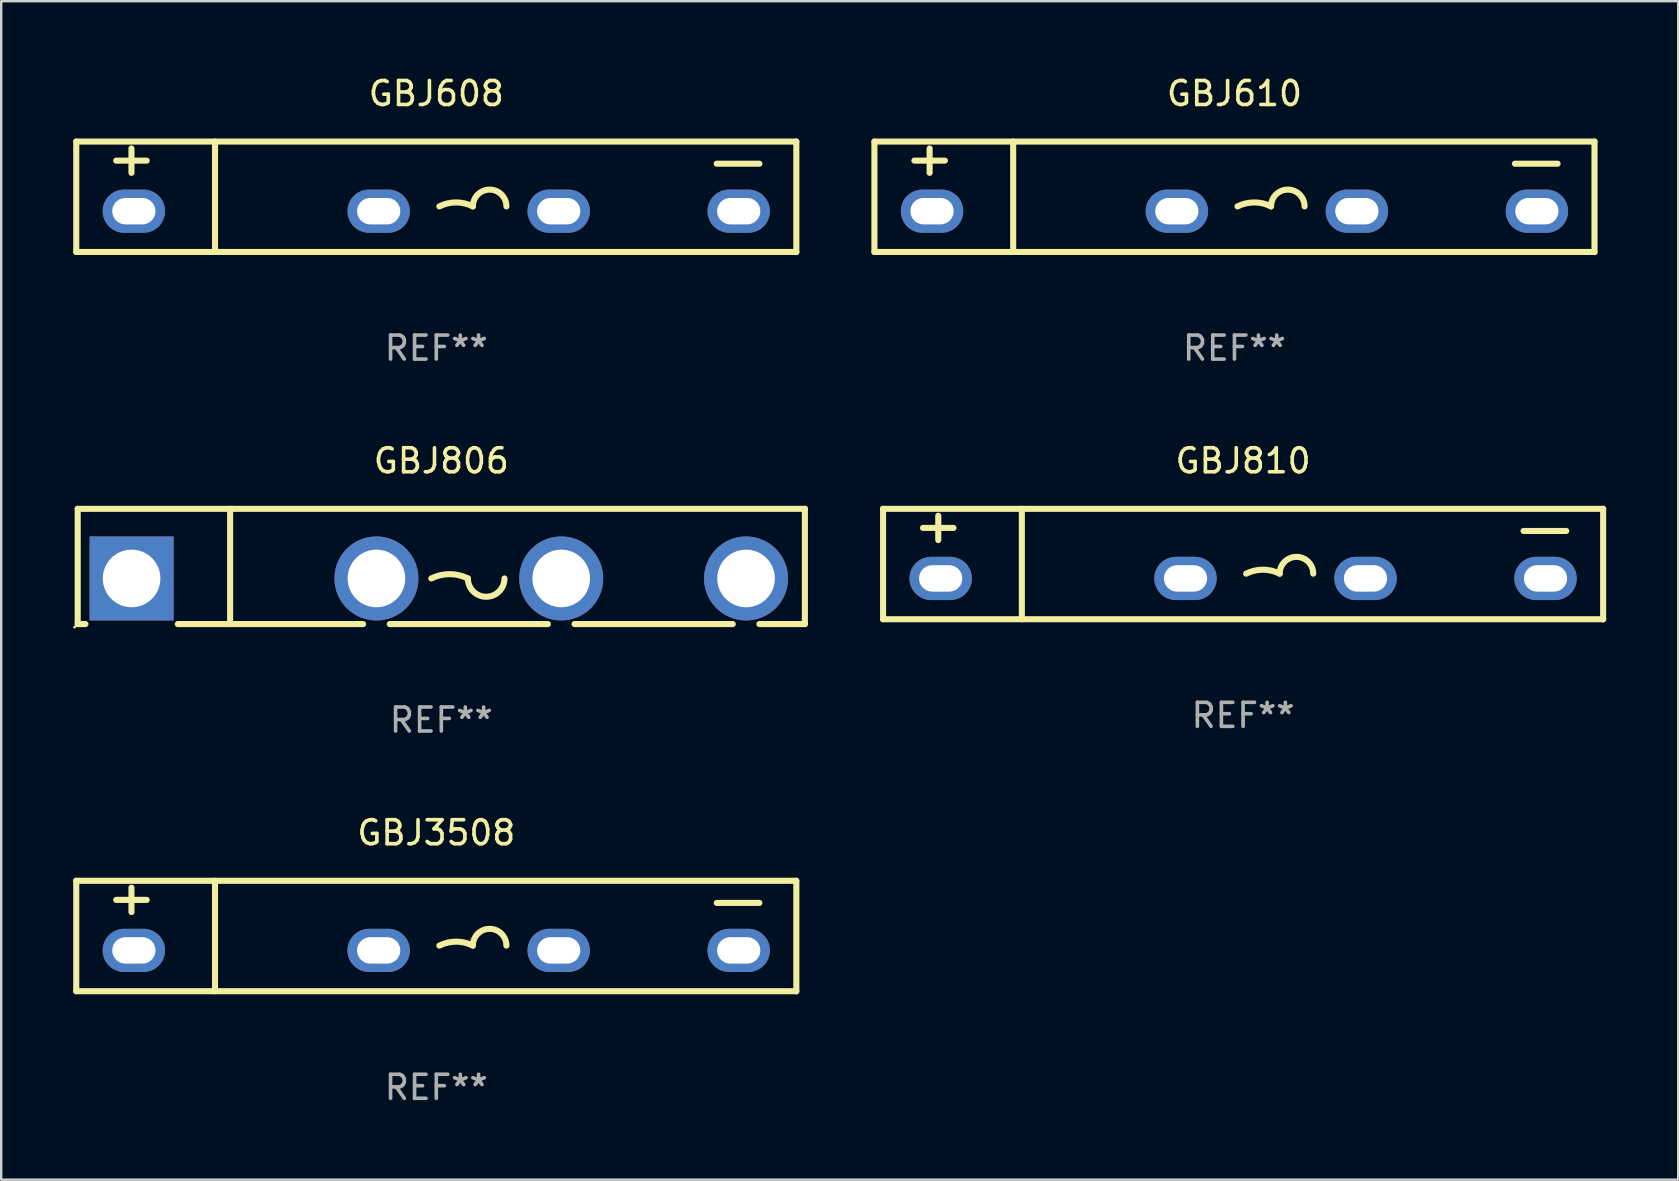
<source format=kicad_pcb>
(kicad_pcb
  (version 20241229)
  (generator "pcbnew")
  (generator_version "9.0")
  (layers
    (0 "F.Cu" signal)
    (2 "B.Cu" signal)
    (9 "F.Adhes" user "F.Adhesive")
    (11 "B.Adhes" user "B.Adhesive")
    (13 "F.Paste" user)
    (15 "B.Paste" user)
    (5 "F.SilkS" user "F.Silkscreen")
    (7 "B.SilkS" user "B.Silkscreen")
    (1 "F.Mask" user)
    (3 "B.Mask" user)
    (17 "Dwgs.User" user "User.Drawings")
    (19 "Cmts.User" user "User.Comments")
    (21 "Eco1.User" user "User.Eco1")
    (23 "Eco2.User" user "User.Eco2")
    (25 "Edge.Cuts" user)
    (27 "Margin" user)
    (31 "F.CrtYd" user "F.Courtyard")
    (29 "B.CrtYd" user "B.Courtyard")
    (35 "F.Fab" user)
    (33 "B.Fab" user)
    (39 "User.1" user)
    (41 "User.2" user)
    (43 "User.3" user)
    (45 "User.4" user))
  (footprint "GBJ810"
    (layer "F.Cu")
    (at 48.741 20.452)
    (property "Reference" "GBJ810" (at 0 -4.303 0) (layer "F.SilkS") (effects (font (size 1 1) (thickness 0.15))))
    (attr through_hole)
    (fp_line (start -15 -2.303) (end -15 2.297) (stroke (width 0.254) (type solid)) (layer "F.SilkS"))
    (fp_line (start -15 -2.303) (end 15 -2.303) (stroke (width 0.254) (type solid)) (layer "F.SilkS"))
    (fp_line (start -15 2.297) (end 15 2.297) (stroke (width 0.254) (type solid)) (layer "F.SilkS"))
    (fp_line (start -13.335 -1.508) (end -12.065 -1.508) (stroke (width 0.254) (type solid)) (layer "F.SilkS"))
    (fp_line (start -12.7 -1) (end -12.7 -2.016) (stroke (width 0.254) (type solid)) (layer "F.SilkS"))
    (fp_line (start -9.219 -2.303) (end -9.219 2.297) (stroke (width 0.254) (type solid)) (layer "F.SilkS"))
    (fp_line (start 11.684 -1.381) (end 13.462 -1.381) (stroke (width 0.254) (type solid)) (layer "F.SilkS"))
    (fp_line (start 15 -2.303) (end 15 2.303) (stroke (width 0.254) (type solid)) (layer "F.SilkS"))
    (fp_arc (start 0.127 0.397498) (mid 0.825502 0.232604) (end 1.524003 0.397498) (stroke (width 0.254001) (type solid)) (layer "F.SilkS"))
    (fp_arc (start 1.524002 0.397498) (mid 2.222504 -0.301004) (end 2.921006 0.397498) (stroke (width 0.254001) (type solid)) (layer "F.SilkS"))
    (fp_circle (center -15 -2.27) (end -14.97 -2.27) (stroke (width 0.06) (type solid)) (fill no) (layer "F.SilkS"))
    (fp_text user "REF**" (at 0 6.303 0) (layer "F.Fab") (effects (font (size 1 1) (thickness 0.15))))
    (pad "1" thru_hole oval (at -12.6 0.597 90) (size 1.8 2.6) (drill oval 1.1 1.8) (layers "*.Cu" "*.Mask"))
    (pad "2" thru_hole oval (at -2.4 0.597 90) (size 1.8 2.6) (drill oval 1.1 1.8) (layers "*.Cu" "*.Mask"))
    (pad "3" thru_hole oval (at 5.1 0.597 90) (size 1.8 2.6) (drill oval 1.1 1.8) (layers "*.Cu" "*.Mask"))
    (pad "4" thru_hole oval (at 12.6 0.597 90) (size 1.8 2.6) (drill oval 1.1 1.8) (layers "*.Cu" "*.Mask")))
  (footprint "GBJ610"
    (layer "F.Cu")
    (at 48.381 5.151)
    (property "Reference" "GBJ610" (at 0 -4.303 0) (layer "F.SilkS") (effects (font (size 1 1) (thickness 0.15))))
    (attr through_hole)
    (fp_line (start -15 -2.303) (end -15 2.297) (stroke (width 0.254) (type solid)) (layer "F.SilkS"))
    (fp_line (start -15 -2.303) (end 15 -2.303) (stroke (width 0.254) (type solid)) (layer "F.SilkS"))
    (fp_line (start -15 2.297) (end 15 2.297) (stroke (width 0.254) (type solid)) (layer "F.SilkS"))
    (fp_line (start -13.335 -1.508) (end -12.065 -1.508) (stroke (width 0.254) (type solid)) (layer "F.SilkS"))
    (fp_line (start -12.7 -1) (end -12.7 -2.016) (stroke (width 0.254) (type solid)) (layer "F.SilkS"))
    (fp_line (start -9.219 -2.303) (end -9.219 2.297) (stroke (width 0.254) (type solid)) (layer "F.SilkS"))
    (fp_line (start 11.684 -1.381) (end 13.462 -1.381) (stroke (width 0.254) (type solid)) (layer "F.SilkS"))
    (fp_line (start 15 -2.303) (end 15 2.303) (stroke (width 0.254) (type solid)) (layer "F.SilkS"))
    (fp_arc (start 0.127 0.397498) (mid 0.825502 0.232604) (end 1.524003 0.397498) (stroke (width 0.254001) (type solid)) (layer "F.SilkS"))
    (fp_arc (start 1.524002 0.397498) (mid 2.222504 -0.301004) (end 2.921006 0.397498) (stroke (width 0.254001) (type solid)) (layer "F.SilkS"))
    (fp_circle (center -15 -2.27) (end -14.97 -2.27) (stroke (width 0.06) (type solid)) (fill no) (layer "F.SilkS"))
    (fp_text user "REF**" (at 0 6.303 0) (layer "F.Fab") (effects (font (size 1 1) (thickness 0.15))))
    (pad "1" thru_hole oval (at -12.6 0.597 90) (size 1.8 2.6) (drill oval 1.1 1.8) (layers "*.Cu" "*.Mask"))
    (pad "2" thru_hole oval (at -2.4 0.597 90) (size 1.8 2.6) (drill oval 1.1 1.8) (layers "*.Cu" "*.Mask"))
    (pad "3" thru_hole oval (at 5.1 0.597 90) (size 1.8 2.6) (drill oval 1.1 1.8) (layers "*.Cu" "*.Mask"))
    (pad "4" thru_hole oval (at 12.6 0.597 90) (size 1.8 2.6) (drill oval 1.1 1.8) (layers "*.Cu" "*.Mask")))
  (footprint "GBJ3508"
    (layer "F.Cu")
    (at 15.127 35.949)
    (property "Reference" "GBJ3508" (at 0 -4.303 0) (layer "F.SilkS") (effects (font (size 1 1) (thickness 0.15))))
    (attr through_hole)
    (fp_line (start -15 -2.303) (end -15 2.297) (stroke (width 0.254) (type solid)) (layer "F.SilkS"))
    (fp_line (start -15 -2.303) (end 15 -2.303) (stroke (width 0.254) (type solid)) (layer "F.SilkS"))
    (fp_line (start -15 2.297) (end 15 2.297) (stroke (width 0.254) (type solid)) (layer "F.SilkS"))
    (fp_line (start -13.335 -1.508) (end -12.065 -1.508) (stroke (width 0.254) (type solid)) (layer "F.SilkS"))
    (fp_line (start -12.7 -1) (end -12.7 -2.016) (stroke (width 0.254) (type solid)) (layer "F.SilkS"))
    (fp_line (start -9.219 -2.303) (end -9.219 2.297) (stroke (width 0.254) (type solid)) (layer "F.SilkS"))
    (fp_line (start 11.684 -1.381) (end 13.462 -1.381) (stroke (width 0.254) (type solid)) (layer "F.SilkS"))
    (fp_line (start 15 -2.303) (end 15 2.303) (stroke (width 0.254) (type solid)) (layer "F.SilkS"))
    (fp_arc (start 0.127 0.397498) (mid 0.825502 0.232604) (end 1.524003 0.397498) (stroke (width 0.254001) (type solid)) (layer "F.SilkS"))
    (fp_arc (start 1.524002 0.397498) (mid 2.222504 -0.301004) (end 2.921006 0.397498) (stroke (width 0.254001) (type solid)) (layer "F.SilkS"))
    (fp_circle (center -15 -2.27) (end -14.97 -2.27) (stroke (width 0.06) (type solid)) (fill no) (layer "F.SilkS"))
    (fp_text user "REF**" (at 0 6.303 0) (layer "F.Fab") (effects (font (size 1 1) (thickness 0.15))))
    (pad "1" thru_hole oval (at -12.6 0.597 90) (size 1.8 2.6) (drill oval 1.1 1.8) (layers "*.Cu" "*.Mask"))
    (pad "2" thru_hole oval (at -2.4 0.597 90) (size 1.8 2.6) (drill oval 1.1 1.8) (layers "*.Cu" "*.Mask"))
    (pad "3" thru_hole oval (at 5.1 0.597 90) (size 1.8 2.6) (drill oval 1.1 1.8) (layers "*.Cu" "*.Mask"))
    (pad "4" thru_hole oval (at 12.6 0.597 90) (size 1.8 2.6) (drill oval 1.1 1.8) (layers "*.Cu" "*.Mask")))
  (footprint "GBJ608"
    (layer "F.Cu")
    (at 15.127 5.151)
    (property "Reference" "GBJ608" (at 0 -4.303 0) (layer "F.SilkS") (effects (font (size 1 1) (thickness 0.15))))
    (attr through_hole)
    (fp_line (start -15 -2.303) (end -15 2.297) (stroke (width 0.254) (type solid)) (layer "F.SilkS"))
    (fp_line (start -15 -2.303) (end 15 -2.303) (stroke (width 0.254) (type solid)) (layer "F.SilkS"))
    (fp_line (start -15 2.297) (end 15 2.297) (stroke (width 0.254) (type solid)) (layer "F.SilkS"))
    (fp_line (start -13.335 -1.508) (end -12.065 -1.508) (stroke (width 0.254) (type solid)) (layer "F.SilkS"))
    (fp_line (start -12.7 -1) (end -12.7 -2.016) (stroke (width 0.254) (type solid)) (layer "F.SilkS"))
    (fp_line (start -9.219 -2.303) (end -9.219 2.297) (stroke (width 0.254) (type solid)) (layer "F.SilkS"))
    (fp_line (start 11.684 -1.381) (end 13.462 -1.381) (stroke (width 0.254) (type solid)) (layer "F.SilkS"))
    (fp_line (start 15 -2.303) (end 15 2.303) (stroke (width 0.254) (type solid)) (layer "F.SilkS"))
    (fp_arc (start 0.127 0.397498) (mid 0.825502 0.232604) (end 1.524003 0.397498) (stroke (width 0.254001) (type solid)) (layer "F.SilkS"))
    (fp_arc (start 1.524002 0.397498) (mid 2.222504 -0.301004) (end 2.921006 0.397498) (stroke (width 0.254001) (type solid)) (layer "F.SilkS"))
    (fp_circle (center -15 -2.27) (end -14.97 -2.27) (stroke (width 0.06) (type solid)) (fill no) (layer "F.SilkS"))
    (fp_text user "REF**" (at 0 6.303 0) (layer "F.Fab") (effects (font (size 1 1) (thickness 0.15))))
    (pad "1" thru_hole oval (at -12.6 0.597 90) (size 1.8 2.6) (drill oval 1.1 1.8) (layers "*.Cu" "*.Mask"))
    (pad "2" thru_hole oval (at -2.4 0.597 90) (size 1.8 2.6) (drill oval 1.1 1.8) (layers "*.Cu" "*.Mask"))
    (pad "3" thru_hole oval (at 5.1 0.597 90) (size 1.8 2.6) (drill oval 1.1 1.8) (layers "*.Cu" "*.Mask"))
    (pad "4" thru_hole oval (at 12.6 0.597 90) (size 1.8 2.6) (drill oval 1.1 1.8) (layers "*.Cu" "*.Mask")))
  (footprint "GBJ806"
    (layer "F.Cu")
    (at 15.337 20.55)
    (property "Reference" "GBJ806" (at 0 -4.4 0) (layer "F.SilkS") (effects (font (size 1 1) (thickness 0.15))))
    (attr through_hole)
    (fp_line (start -15.15 -2.4) (end -15.15 2.4) (stroke (width 0.254) (type solid)) (layer "F.SilkS"))
    (fp_line (start -15.15 -2.4) (end 15.15 -2.4) (stroke (width 0.254) (type solid)) (layer "F.SilkS"))
    (fp_line (start -15.15 2.4) (end -14.829 2.4) (stroke (width 0.254) (type solid)) (layer "F.SilkS"))
    (fp_line (start -10.979 2.4) (end -3.259 2.4) (stroke (width 0.254) (type solid)) (layer "F.SilkS"))
    (fp_line (start -8.8 -2.4) (end -8.8 2.4) (stroke (width 0.254) (type solid)) (layer "F.SilkS"))
    (fp_line (start -2.149 2.4) (end 4.44 2.4) (stroke (width 0.254) (type solid)) (layer "F.SilkS"))
    (fp_line (start 5.55 2.4) (end 12.141 2.4) (stroke (width 0.254) (type solid)) (layer "F.SilkS"))
    (fp_line (start 13.251 2.4) (end 15.146 2.4) (stroke (width 0.254) (type solid)) (layer "F.SilkS"))
    (fp_line (start 15.146 2.4) (end 15.146 -2.4) (stroke (width 0.254) (type solid)) (layer "F.SilkS"))
    (fp_arc (start -0.417958 0.5) (mid 0.344044 0.320116) (end 1.106045 0.5) (stroke (width 0.254001) (type solid)) (layer "F.SilkS"))
    (fp_arc (start 2.630048 0.5) (mid 1.868047 1.262001) (end 1.106046 0.5) (stroke (width 0.254001) (type solid)) (layer "F.SilkS"))
    (fp_circle (center -15.277 2.527) (end -15.247 2.527) (stroke (width 0.06) (type solid)) (fill no) (layer "F.SilkS"))
    (fp_text user "-" (at 8.98 0.5 0) (layer "B.Mask") (effects (font (size 1 1) (thickness 0.15))))
    (fp_text user "+" (at -10.832 0.569 0) (layer "B.Mask") (effects (font (size 1 1) (thickness 0.15))))
    (fp_text user "REF**" (at 0 6.4 0) (layer "F.Fab") (effects (font (size 1 1) (thickness 0.15))))
    (pad "1" thru_hole rect (at -12.904 0.5) (size 3.5 3.5) (drill 2.4) (layers "*.Cu" "*.Mask"))
    (pad "2" thru_hole circle (at -2.704 0.5) (size 3.5 3.5) (drill 2.4) (layers "*.Cu" "*.Mask"))
    (pad "3" thru_hole circle (at 4.995 0.5) (size 3.5 3.5) (drill 2.4) (layers "*.Cu" "*.Mask"))
    (pad "4" thru_hole circle (at 12.696 0.5) (size 3.5 3.5) (drill 2.4) (layers "*.Cu" "*.Mask")))
  (gr_rect
    (start -3 -3)
    (end 66.868 46.099)
    (stroke (width 0.1) (type default))
    (fill no)
    (layer "Edge.Cuts")))
</source>
